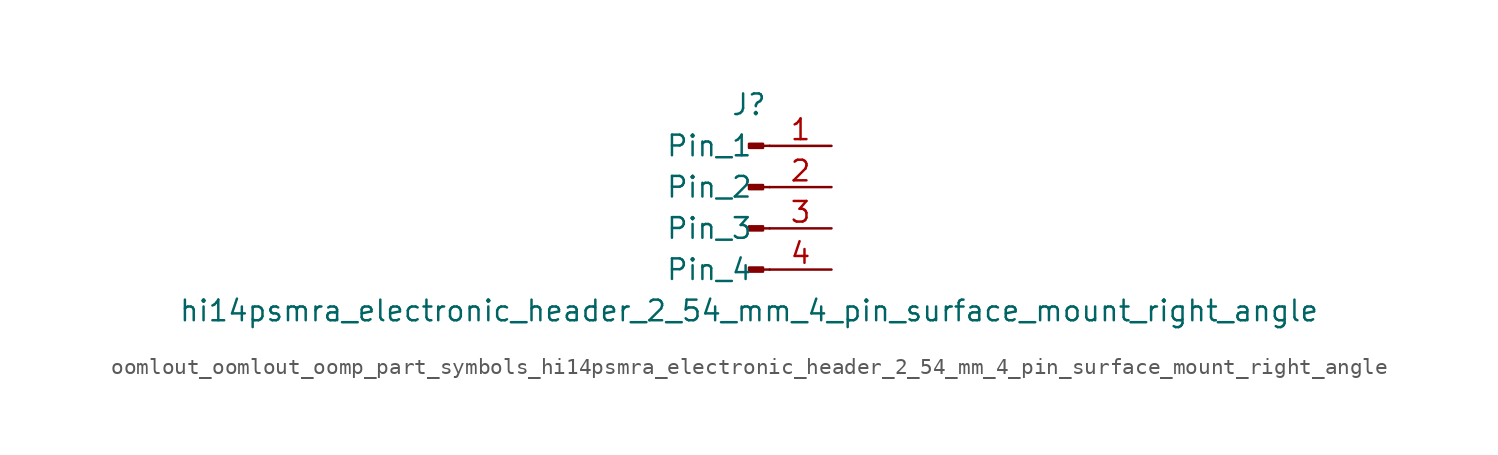
<source format=kicad_sym>
(kicad_symbol_lib
  (version 20220914)
  (generator kicad_symbol_editor)
  (symbol "oomlout_oomlout_oomp_part_symbols_hi14psmra_electronic_header_2_54_mm_4_pin_surface_mount_right_angle"
    (pin_names
      (offset 1.016))
    (property "Reference" "J"
      (at 0 5.08 0)
      (effects (font (size 1.27 1.27))))
    (property "Value" "hi14psmra_electronic_header_2_54_mm_4_pin_surface_mount_right_angle"
      (at 0 -7.62 0)
      (effects (font (size 1.27 1.27))))
    (property "ki_locked" ""
      (at 0 0 0)
      (effects (font (size 1.27 1.27))))
    (symbol "oomlout_oomlout_oomp_part_symbols_hi14psmra_electronic_header_2_54_mm_4_pin_surface_mount_right_angle_1_1"
      (polyline (pts (xy 1.27 -5.08) (xy 0.864 -5.08)) (stroke (width 0.152) (type default)) (fill (type none)))
      (polyline (pts (xy 1.27 -2.54) (xy 0.864 -2.54)) (stroke (width 0.152) (type default)) (fill (type none)))
      (polyline (pts (xy 1.27 0) (xy 0.864 0)) (stroke (width 0.152) (type default)) (fill (type none)))
      (polyline (pts (xy 1.27 2.54) (xy 0.864 2.54)) (stroke (width 0.152) (type default)) (fill (type none)))
      (rectangle (start 0.864 -4.953) (end 0 -5.207) (stroke (width 0.152) (type default)) (fill (type outline)))
      (rectangle (start 0.864 -2.413) (end 0 -2.667) (stroke (width 0.152) (type default)) (fill (type outline)))
      (rectangle (start 0.864 0.127) (end 0 -0.127) (stroke (width 0.152) (type default)) (fill (type outline)))
      (rectangle (start 0.864 2.667) (end 0 2.413) (stroke (width 0.152) (type default)) (fill (type outline)))
      (pin passive line (at 5.08 2.54 180) (length 3.81) (name "Pin_1" (effects (font (size 1.27 1.27)))) (number "1" (effects (font (size 1.27 1.27)))))
      (pin passive line (at 5.08 0 180) (length 3.81) (name "Pin_2" (effects (font (size 1.27 1.27)))) (number "2" (effects (font (size 1.27 1.27)))))
      (pin passive line (at 5.08 -2.54 180) (length 3.81) (name "Pin_3" (effects (font (size 1.27 1.27)))) (number "3" (effects (font (size 1.27 1.27)))))
      (pin passive line (at 5.08 -5.08 180) (length 3.81) (name "Pin_4" (effects (font (size 1.27 1.27)))) (number "4" (effects (font (size 1.27 1.27))))))))
</source>
